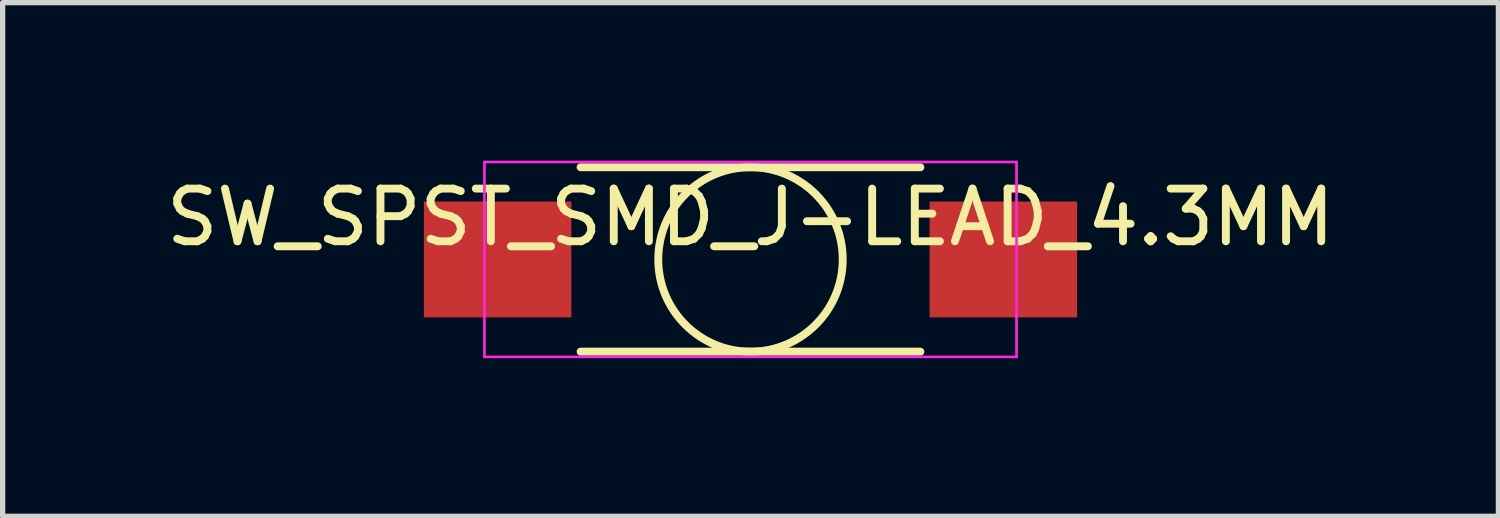
<source format=kicad_pcb>
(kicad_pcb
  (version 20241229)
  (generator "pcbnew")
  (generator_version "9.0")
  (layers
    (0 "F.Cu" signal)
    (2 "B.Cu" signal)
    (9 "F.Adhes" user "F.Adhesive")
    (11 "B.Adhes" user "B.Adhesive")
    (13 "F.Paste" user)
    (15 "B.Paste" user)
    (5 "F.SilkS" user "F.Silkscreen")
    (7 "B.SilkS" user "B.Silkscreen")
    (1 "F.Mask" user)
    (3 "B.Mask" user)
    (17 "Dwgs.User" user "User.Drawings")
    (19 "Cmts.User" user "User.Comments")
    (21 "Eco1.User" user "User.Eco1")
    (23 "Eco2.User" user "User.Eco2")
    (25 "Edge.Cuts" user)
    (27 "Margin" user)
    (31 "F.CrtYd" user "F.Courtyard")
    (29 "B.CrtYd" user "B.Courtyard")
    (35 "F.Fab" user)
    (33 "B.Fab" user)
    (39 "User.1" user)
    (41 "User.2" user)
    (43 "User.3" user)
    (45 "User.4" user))
  (footprint "SW_SPST_SMD_J-LEAD_4.3MM"
    (layer "F.Cu")
    (at 11.196 1.875)
    (property "Reference" "SW_SPST_SMD_J-LEAD_4.3MM" (at 0 -0.8 0) (layer "F.SilkS") (effects (font (size 1 1) (thickness 0.15))))
    (attr through_hole)
    (fp_line (start -3.225 -1.75) (end 3.225 -1.75) (stroke (width 0.15) (type solid)) (layer "F.SilkS"))
    (fp_line (start -3.225 1.75) (end 3.225 1.75) (stroke (width 0.15) (type solid)) (layer "F.SilkS"))
    (fp_circle (center 0 0) (end 1.75 -0.05) (stroke (width 0.15) (type solid)) (fill no) (layer "F.SilkS"))
    (fp_line (start -5.05 -1.85) (end -5.05 1.85) (stroke (width 0.05) (type solid)) (layer "F.CrtYd"))
    (fp_line (start -5.05 -1.85) (end 5.05 -1.85) (stroke (width 0.05) (type solid)) (layer "F.CrtYd"))
    (fp_line (start -5.05 1.85) (end 5.05 1.85) (stroke (width 0.05) (type solid)) (layer "F.CrtYd"))
    (fp_line (start 5.05 1.85) (end 5.05 -1.85) (stroke (width 0.05) (type solid)) (layer "F.CrtYd"))
    (pad "1" smd rect (at -4.8 0) (size 2.8 2.2) (layers "F.Cu" "F.Mask" "F.Paste"))
    (pad "2" smd rect (at 4.8 0) (size 2.8 2.2) (layers "F.Cu" "F.Mask" "F.Paste")))
  (gr_rect
    (start -3 -3)
    (end 25.393 6.75)
    (stroke (width 0.1) (type default))
    (fill no)
    (layer "Edge.Cuts")))
</source>
